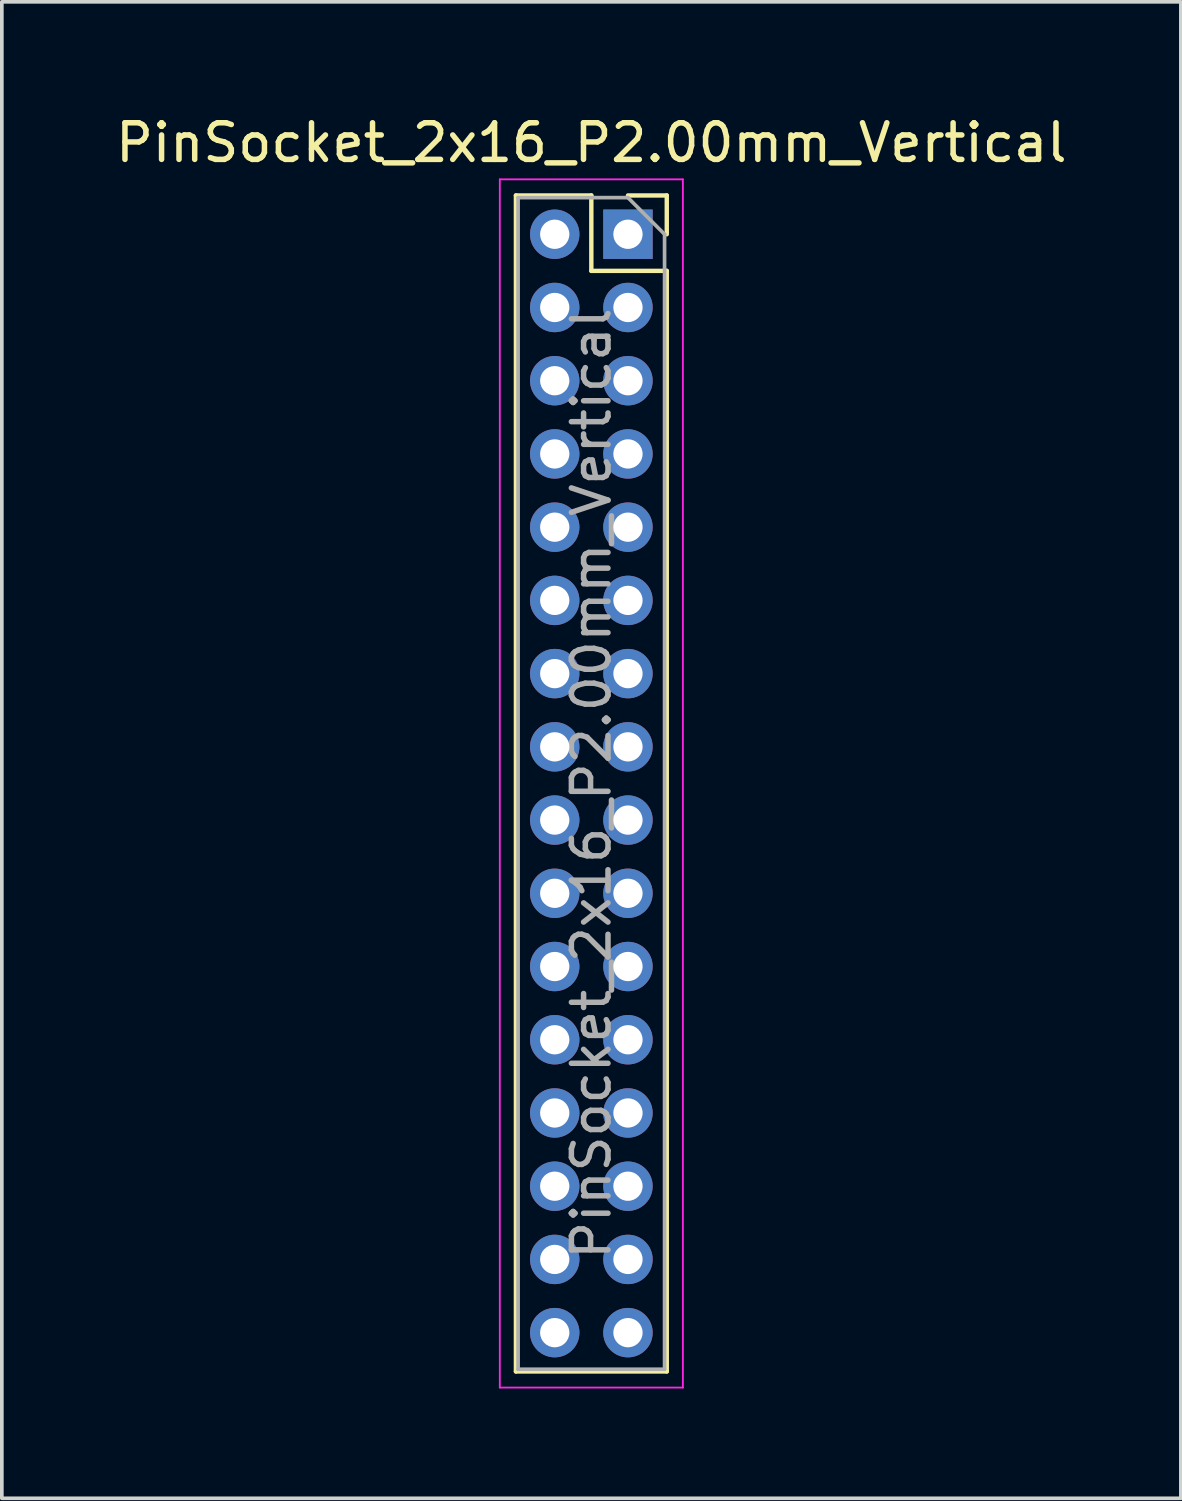
<source format=kicad_pcb>
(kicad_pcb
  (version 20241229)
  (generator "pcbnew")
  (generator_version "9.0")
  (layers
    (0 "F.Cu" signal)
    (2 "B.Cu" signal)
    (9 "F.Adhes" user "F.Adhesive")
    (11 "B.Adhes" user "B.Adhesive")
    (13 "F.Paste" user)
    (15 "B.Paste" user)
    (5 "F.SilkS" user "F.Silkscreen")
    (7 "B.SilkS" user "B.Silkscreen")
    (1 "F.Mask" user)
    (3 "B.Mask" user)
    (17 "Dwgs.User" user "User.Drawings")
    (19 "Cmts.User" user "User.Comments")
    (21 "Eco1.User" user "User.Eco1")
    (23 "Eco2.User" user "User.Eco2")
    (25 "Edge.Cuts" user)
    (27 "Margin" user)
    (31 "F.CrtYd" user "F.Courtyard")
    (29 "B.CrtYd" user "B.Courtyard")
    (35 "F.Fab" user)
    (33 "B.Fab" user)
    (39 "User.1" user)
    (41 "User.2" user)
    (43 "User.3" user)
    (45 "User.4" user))
  (footprint "PinSocket_2x16_P2.00mm_Vertical"
    (layer "F.Cu")
    (at 14.101 3.348)
    (property "Reference" "PinSocket_2x16_P2.00mm_Vertical" (at -1 -2.5 0) (layer "F.SilkS") (effects (font (size 1 1) (thickness 0.15))))
    (attr through_hole)
    (fp_line (start -3.06 -1.06) (end -3.06 31.06) (stroke (width 0.12) (type solid)) (layer "F.SilkS"))
    (fp_line (start -3.06 -1.06) (end -1 -1.06) (stroke (width 0.12) (type solid)) (layer "F.SilkS"))
    (fp_line (start -3.06 31.06) (end 1.06 31.06) (stroke (width 0.12) (type solid)) (layer "F.SilkS"))
    (fp_line (start -1 -1.06) (end -1 1) (stroke (width 0.12) (type solid)) (layer "F.SilkS"))
    (fp_line (start -1 1) (end 1.06 1) (stroke (width 0.12) (type solid)) (layer "F.SilkS"))
    (fp_line (start 0 -1.06) (end 1.06 -1.06) (stroke (width 0.12) (type solid)) (layer "F.SilkS"))
    (fp_line (start 1.06 -1.06) (end 1.06 0) (stroke (width 0.12) (type solid)) (layer "F.SilkS"))
    (fp_line (start 1.06 1) (end 1.06 31.06) (stroke (width 0.12) (type solid)) (layer "F.SilkS"))
    (fp_line (start -3.5 -1.5) (end 1.5 -1.5) (stroke (width 0.05) (type solid)) (layer "F.CrtYd"))
    (fp_line (start -3.5 31.5) (end -3.5 -1.5) (stroke (width 0.05) (type solid)) (layer "F.CrtYd"))
    (fp_line (start 1.5 -1.5) (end 1.5 31.5) (stroke (width 0.05) (type solid)) (layer "F.CrtYd"))
    (fp_line (start 1.5 31.5) (end -3.5 31.5) (stroke (width 0.05) (type solid)) (layer "F.CrtYd"))
    (fp_line (start -3 -1) (end 0 -1) (stroke (width 0.1) (type solid)) (layer "F.Fab"))
    (fp_line (start -3 31) (end -3 -1) (stroke (width 0.1) (type solid)) (layer "F.Fab"))
    (fp_line (start 0 -1) (end 1 0) (stroke (width 0.1) (type solid)) (layer "F.Fab"))
    (fp_line (start 1 0) (end 1 31) (stroke (width 0.1) (type solid)) (layer "F.Fab"))
    (fp_line (start 1 31) (end -3 31) (stroke (width 0.1) (type solid)) (layer "F.Fab"))
    (fp_text user "${REFERENCE}" (at -1 15 90) (layer "F.Fab") (effects (font (size 1 1) (thickness 0.15))))
    (pad "1" thru_hole rect (at 0 0) (size 1.35 1.35) (drill 0.8) (layers "*.Cu" "*.Mask"))
    (pad "2" thru_hole circle (at -2 0) (size 1.35 1.35) (drill 0.8) (layers "*.Cu" "*.Mask"))
    (pad "3" thru_hole circle (at 0 2) (size 1.35 1.35) (drill 0.8) (layers "*.Cu" "*.Mask"))
    (pad "4" thru_hole circle (at -2 2) (size 1.35 1.35) (drill 0.8) (layers "*.Cu" "*.Mask"))
    (pad "5" thru_hole circle (at 0 4) (size 1.35 1.35) (drill 0.8) (layers "*.Cu" "*.Mask"))
    (pad "6" thru_hole circle (at -2 4) (size 1.35 1.35) (drill 0.8) (layers "*.Cu" "*.Mask"))
    (pad "7" thru_hole circle (at 0 6) (size 1.35 1.35) (drill 0.8) (layers "*.Cu" "*.Mask"))
    (pad "8" thru_hole circle (at -2 6) (size 1.35 1.35) (drill 0.8) (layers "*.Cu" "*.Mask"))
    (pad "9" thru_hole circle (at 0 8) (size 1.35 1.35) (drill 0.8) (layers "*.Cu" "*.Mask"))
    (pad "10" thru_hole circle (at -2 8) (size 1.35 1.35) (drill 0.8) (layers "*.Cu" "*.Mask"))
    (pad "11" thru_hole circle (at 0 10) (size 1.35 1.35) (drill 0.8) (layers "*.Cu" "*.Mask"))
    (pad "12" thru_hole circle (at -2 10) (size 1.35 1.35) (drill 0.8) (layers "*.Cu" "*.Mask"))
    (pad "13" thru_hole circle (at 0 12) (size 1.35 1.35) (drill 0.8) (layers "*.Cu" "*.Mask"))
    (pad "14" thru_hole circle (at -2 12) (size 1.35 1.35) (drill 0.8) (layers "*.Cu" "*.Mask"))
    (pad "15" thru_hole circle (at 0 14) (size 1.35 1.35) (drill 0.8) (layers "*.Cu" "*.Mask"))
    (pad "16" thru_hole circle (at -2 14) (size 1.35 1.35) (drill 0.8) (layers "*.Cu" "*.Mask"))
    (pad "17" thru_hole circle (at 0 16) (size 1.35 1.35) (drill 0.8) (layers "*.Cu" "*.Mask"))
    (pad "18" thru_hole circle (at -2 16) (size 1.35 1.35) (drill 0.8) (layers "*.Cu" "*.Mask"))
    (pad "19" thru_hole circle (at 0 18) (size 1.35 1.35) (drill 0.8) (layers "*.Cu" "*.Mask"))
    (pad "20" thru_hole circle (at -2 18) (size 1.35 1.35) (drill 0.8) (layers "*.Cu" "*.Mask"))
    (pad "21" thru_hole circle (at 0 20) (size 1.35 1.35) (drill 0.8) (layers "*.Cu" "*.Mask"))
    (pad "22" thru_hole circle (at -2 20) (size 1.35 1.35) (drill 0.8) (layers "*.Cu" "*.Mask"))
    (pad "23" thru_hole circle (at 0 22) (size 1.35 1.35) (drill 0.8) (layers "*.Cu" "*.Mask"))
    (pad "24" thru_hole circle (at -2 22) (size 1.35 1.35) (drill 0.8) (layers "*.Cu" "*.Mask"))
    (pad "25" thru_hole circle (at 0 24) (size 1.35 1.35) (drill 0.8) (layers "*.Cu" "*.Mask"))
    (pad "26" thru_hole circle (at -2 24) (size 1.35 1.35) (drill 0.8) (layers "*.Cu" "*.Mask"))
    (pad "27" thru_hole circle (at 0 26) (size 1.35 1.35) (drill 0.8) (layers "*.Cu" "*.Mask"))
    (pad "28" thru_hole circle (at -2 26) (size 1.35 1.35) (drill 0.8) (layers "*.Cu" "*.Mask"))
    (pad "29" thru_hole circle (at 0 28) (size 1.35 1.35) (drill 0.8) (layers "*.Cu" "*.Mask"))
    (pad "30" thru_hole circle (at -2 28) (size 1.35 1.35) (drill 0.8) (layers "*.Cu" "*.Mask"))
    (pad "31" thru_hole circle (at 0 30) (size 1.35 1.35) (drill 0.8) (layers "*.Cu" "*.Mask"))
    (pad "32" thru_hole circle (at -2 30) (size 1.35 1.35) (drill 0.8) (layers "*.Cu" "*.Mask")))
  (gr_rect
    (start -3 -3)
    (end 29.202 37.873)
    (stroke (width 0.1) (type default))
    (fill no)
    (layer "Edge.Cuts")))
</source>
